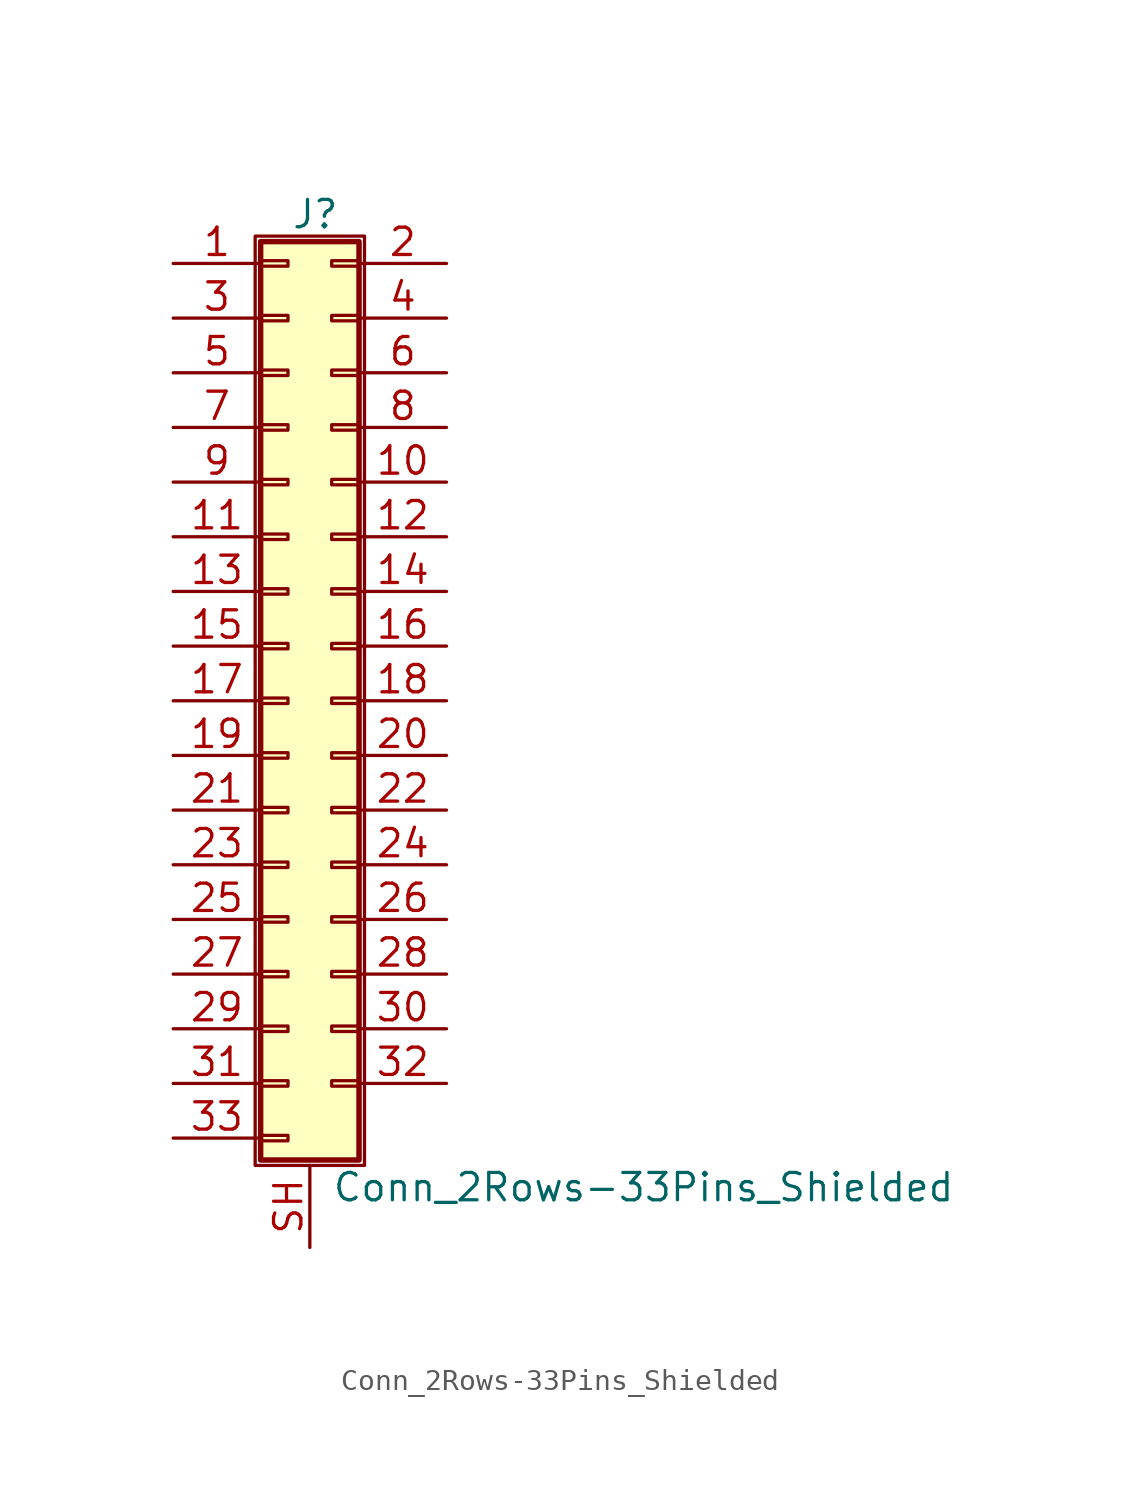
<source format=kicad_sym>
(kicad_symbol_lib
  (version 20201005)
  (generator kicad_symbol_editor)
  (symbol "Connector_Generic_Shielded:Conn_2Rows-33Pins_Shielded"
    (pin_names
      (offset 1.016) hide)
    (property "Reference" "J"
      (at 1.524 22.606 0)
      (effects (font (size 1.27 1.27))))
    (property "Value" "Conn_2Rows-33Pins_Shielded"
      (at 2.286 -22.606 0)
      (effects (font (size 1.27 1.27)) (justify left)))
    (symbol "Conn_2Rows-33Pins_Shielded_1_1"
      (rectangle (start -1.016 -4.953) (end 0.254 -5.207) (stroke (width 0.152)) (fill (type none)))
      (rectangle (start -1.016 -7.493) (end 0.254 -7.747) (stroke (width 0.152)) (fill (type none)))
      (rectangle (start -1.016 -10.033) (end 0.254 -10.287) (stroke (width 0.152)) (fill (type none)))
      (rectangle (start -1.016 -12.573) (end 0.254 -12.827) (stroke (width 0.152)) (fill (type none)))
      (rectangle (start -1.016 -15.113) (end 0.254 -15.367) (stroke (width 0.152)) (fill (type none)))
      (rectangle (start -1.016 -17.653) (end 0.254 -17.907) (stroke (width 0.152)) (fill (type none)))
      (rectangle (start -1.016 -20.193) (end 0.254 -20.447) (stroke (width 0.152)) (fill (type none)))
      (rectangle (start -1.016 -2.413) (end 0.254 -2.667) (stroke (width 0.152)) (fill (type none)))
      (rectangle (start -1.016 2.667) (end 0.254 2.413) (stroke (width 0.152)) (fill (type none)))
      (rectangle (start -1.016 5.207) (end 0.254 4.953) (stroke (width 0.152)) (fill (type none)))
      (rectangle (start -1.016 7.747) (end 0.254 7.493) (stroke (width 0.152)) (fill (type none)))
      (rectangle (start -1.016 10.287) (end 0.254 10.033) (stroke (width 0.152)) (fill (type none)))
      (rectangle (start -1.016 0.127) (end 0.254 -0.127) (stroke (width 0.152)) (fill (type none)))
      (rectangle (start -1.016 12.827) (end 0.254 12.573) (stroke (width 0.152)) (fill (type none)))
      (rectangle (start -1.016 15.367) (end 0.254 15.113) (stroke (width 0.152)) (fill (type none)))
      (rectangle (start -1.016 17.907) (end 0.254 17.653) (stroke (width 0.152)) (fill (type none)))
      (rectangle (start -1.016 20.447) (end 0.254 20.193) (stroke (width 0.152)) (fill (type none)))
      (rectangle (start -1.016 21.336) (end 3.556 -21.336) (stroke (width 0.254)) (fill (type background)))
      (rectangle (start -1.27 21.59) (end 3.81 -21.59) (stroke (width 0.152)) (fill (type none)))
      (rectangle (start 3.556 -4.953) (end 2.286 -5.207) (stroke (width 0.152)) (fill (type none)))
      (rectangle (start 3.556 -7.493) (end 2.286 -7.747) (stroke (width 0.152)) (fill (type none)))
      (rectangle (start 3.556 -10.033) (end 2.286 -10.287) (stroke (width 0.152)) (fill (type none)))
      (rectangle (start 3.556 -12.573) (end 2.286 -12.827) (stroke (width 0.152)) (fill (type none)))
      (rectangle (start 3.556 -15.113) (end 2.286 -15.367) (stroke (width 0.152)) (fill (type none)))
      (rectangle (start 3.556 -17.653) (end 2.286 -17.907) (stroke (width 0.152)) (fill (type none)))
      (rectangle (start 3.556 -2.413) (end 2.286 -2.667) (stroke (width 0.152)) (fill (type none)))
      (rectangle (start 3.556 2.667) (end 2.286 2.413) (stroke (width 0.152)) (fill (type none)))
      (rectangle (start 3.556 5.207) (end 2.286 4.953) (stroke (width 0.152)) (fill (type none)))
      (rectangle (start 3.556 7.747) (end 2.286 7.493) (stroke (width 0.152)) (fill (type none)))
      (rectangle (start 3.556 10.287) (end 2.286 10.033) (stroke (width 0.152)) (fill (type none)))
      (rectangle (start 3.556 0.127) (end 2.286 -0.127) (stroke (width 0.152)) (fill (type none)))
      (rectangle (start 3.556 12.827) (end 2.286 12.573) (stroke (width 0.152)) (fill (type none)))
      (rectangle (start 3.556 15.367) (end 2.286 15.113) (stroke (width 0.152)) (fill (type none)))
      (rectangle (start 3.556 17.907) (end 2.286 17.653) (stroke (width 0.152)) (fill (type none)))
      (rectangle (start 3.556 20.447) (end 2.286 20.193) (stroke (width 0.152)) (fill (type none)))
      (pin passive line (at -5.08 20.32 0) (length 4.064) (name "Pin_1" (effects (font (size 1.27 1.27)))) (number "1" (effects (font (size 1.27 1.27)))))
      (pin passive line (at 7.62 10.16 180) (length 4.064) (name "Pin_10" (effects (font (size 1.27 1.27)))) (number "10" (effects (font (size 1.27 1.27)))))
      (pin passive line (at -5.08 7.62 0) (length 4.064) (name "Pin_11" (effects (font (size 1.27 1.27)))) (number "11" (effects (font (size 1.27 1.27)))))
      (pin passive line (at 7.62 7.62 180) (length 4.064) (name "Pin_12" (effects (font (size 1.27 1.27)))) (number "12" (effects (font (size 1.27 1.27)))))
      (pin passive line (at -5.08 5.08 0) (length 4.064) (name "Pin_13" (effects (font (size 1.27 1.27)))) (number "13" (effects (font (size 1.27 1.27)))))
      (pin passive line (at 7.62 5.08 180) (length 4.064) (name "Pin_14" (effects (font (size 1.27 1.27)))) (number "14" (effects (font (size 1.27 1.27)))))
      (pin passive line (at -5.08 2.54 0) (length 4.064) (name "Pin_15" (effects (font (size 1.27 1.27)))) (number "15" (effects (font (size 1.27 1.27)))))
      (pin passive line (at 7.62 2.54 180) (length 4.064) (name "Pin_16" (effects (font (size 1.27 1.27)))) (number "16" (effects (font (size 1.27 1.27)))))
      (pin passive line (at -5.08 0 0) (length 4.064) (name "Pin_17" (effects (font (size 1.27 1.27)))) (number "17" (effects (font (size 1.27 1.27)))))
      (pin passive line (at 7.62 0 180) (length 4.064) (name "Pin_18" (effects (font (size 1.27 1.27)))) (number "18" (effects (font (size 1.27 1.27)))))
      (pin passive line (at -5.08 -2.54 0) (length 4.064) (name "Pin_19" (effects (font (size 1.27 1.27)))) (number "19" (effects (font (size 1.27 1.27)))))
      (pin passive line (at 7.62 20.32 180) (length 4.064) (name "Pin_2" (effects (font (size 1.27 1.27)))) (number "2" (effects (font (size 1.27 1.27)))))
      (pin passive line (at 7.62 -2.54 180) (length 4.064) (name "Pin_20" (effects (font (size 1.27 1.27)))) (number "20" (effects (font (size 1.27 1.27)))))
      (pin passive line (at -5.08 -5.08 0) (length 4.064) (name "Pin_21" (effects (font (size 1.27 1.27)))) (number "21" (effects (font (size 1.27 1.27)))))
      (pin passive line (at 7.62 -5.08 180) (length 4.064) (name "Pin_22" (effects (font (size 1.27 1.27)))) (number "22" (effects (font (size 1.27 1.27)))))
      (pin passive line (at -5.08 -7.62 0) (length 4.064) (name "Pin_23" (effects (font (size 1.27 1.27)))) (number "23" (effects (font (size 1.27 1.27)))))
      (pin passive line (at 7.62 -7.62 180) (length 4.064) (name "Pin_24" (effects (font (size 1.27 1.27)))) (number "24" (effects (font (size 1.27 1.27)))))
      (pin passive line (at -5.08 -10.16 0) (length 4.064) (name "Pin_25" (effects (font (size 1.27 1.27)))) (number "25" (effects (font (size 1.27 1.27)))))
      (pin passive line (at 7.62 -10.16 180) (length 4.064) (name "Pin_26" (effects (font (size 1.27 1.27)))) (number "26" (effects (font (size 1.27 1.27)))))
      (pin passive line (at -5.08 -12.7 0) (length 4.064) (name "Pin_27" (effects (font (size 1.27 1.27)))) (number "27" (effects (font (size 1.27 1.27)))))
      (pin passive line (at 7.62 -12.7 180) (length 4.064) (name "Pin_28" (effects (font (size 1.27 1.27)))) (number "28" (effects (font (size 1.27 1.27)))))
      (pin passive line (at -5.08 -15.24 0) (length 4.064) (name "Pin_29" (effects (font (size 1.27 1.27)))) (number "29" (effects (font (size 1.27 1.27)))))
      (pin passive line (at -5.08 17.78 0) (length 4.064) (name "Pin_3" (effects (font (size 1.27 1.27)))) (number "3" (effects (font (size 1.27 1.27)))))
      (pin passive line (at 7.62 -15.24 180) (length 4.064) (name "Pin_30" (effects (font (size 1.27 1.27)))) (number "30" (effects (font (size 1.27 1.27)))))
      (pin passive line (at -5.08 -17.78 0) (length 4.064) (name "Pin_31" (effects (font (size 1.27 1.27)))) (number "31" (effects (font (size 1.27 1.27)))))
      (pin passive line (at 7.62 -17.78 180) (length 4.064) (name "Pin_32" (effects (font (size 1.27 1.27)))) (number "32" (effects (font (size 1.27 1.27)))))
      (pin passive line (at -5.08 -20.32 0) (length 4.064) (name "Pin_33" (effects (font (size 1.27 1.27)))) (number "33" (effects (font (size 1.27 1.27)))))
      (pin passive line (at 7.62 17.78 180) (length 4.064) (name "Pin_4" (effects (font (size 1.27 1.27)))) (number "4" (effects (font (size 1.27 1.27)))))
      (pin passive line (at -5.08 15.24 0) (length 4.064) (name "Pin_5" (effects (font (size 1.27 1.27)))) (number "5" (effects (font (size 1.27 1.27)))))
      (pin passive line (at 7.62 15.24 180) (length 4.064) (name "Pin_6" (effects (font (size 1.27 1.27)))) (number "6" (effects (font (size 1.27 1.27)))))
      (pin passive line (at -5.08 12.7 0) (length 4.064) (name "Pin_7" (effects (font (size 1.27 1.27)))) (number "7" (effects (font (size 1.27 1.27)))))
      (pin passive line (at 7.62 12.7 180) (length 4.064) (name "Pin_8" (effects (font (size 1.27 1.27)))) (number "8" (effects (font (size 1.27 1.27)))))
      (pin passive line (at -5.08 10.16 0) (length 4.064) (name "Pin_9" (effects (font (size 1.27 1.27)))) (number "9" (effects (font (size 1.27 1.27)))))
      (pin passive line (at 1.27 -25.4 90) (length 3.81) (name "Shield" (effects (font (size 1.27 1.27)))) (number "SH" (effects (font (size 1.27 1.27))))))))
</source>
